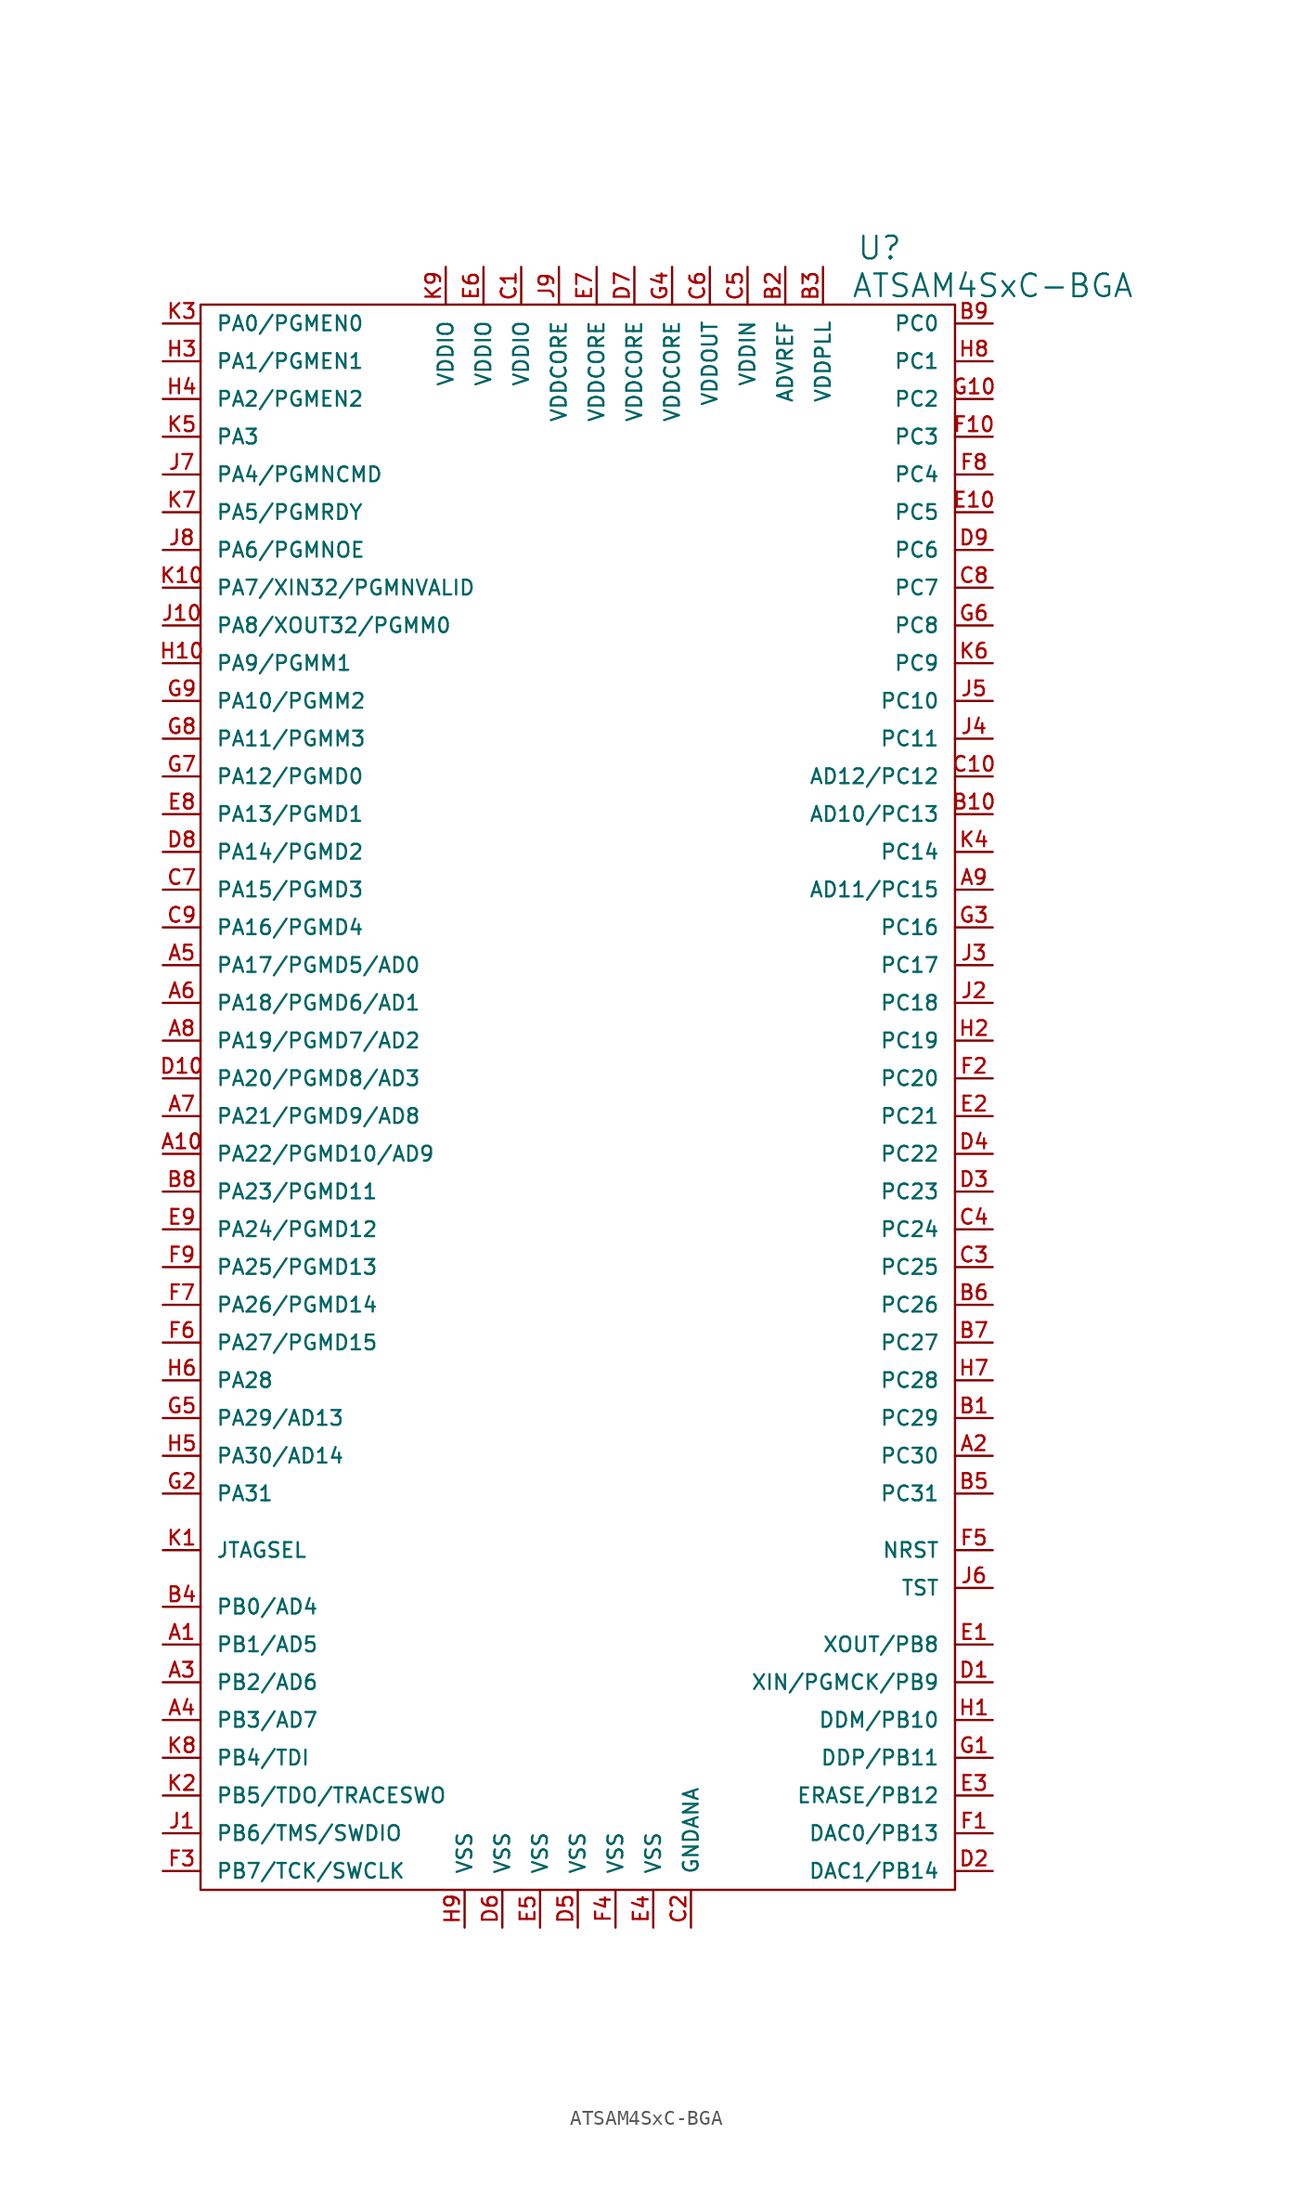
<source format=kicad_sym>
(kicad_symbol_lib
  (version 20220914)
  (generator kicad_symbol_editor)
  (symbol "ATSAM4SxC-BGA"
    (pin_names
      (offset 1.016))
    (property "Reference" "U"
      (at 20.32 57.15 0)
      (effects (font (size 1.524 1.524))))
    (property "Value" "ATSAM4SxC-BGA"
      (at 27.94 54.61 0)
      (effects (font (size 1.524 1.524))))
    (property "Footprint" ""
      (at 0 0 0)
      (effects (font (size 1.524 1.524))))
    (property "Datasheet" ""
      (at 0 0 0)
      (effects (font (size 1.524 1.524))))
    (symbol "ATSAM4SxC-BGA_0_1"
      (rectangle (start -25.4 53.34) (end 25.4 -53.34) (stroke (width 0) (type solid)) (fill (type none))))
    (symbol "ATSAM4SxC-BGA_1_1"
      (pin passive line (at -27.94 -36.83 0) (length 2.54) (name "PB1/AD5" (effects (font (size 0.991 0.991)))) (number "A1" (effects (font (size 0.991 0.991)))))
      (pin passive line (at -27.94 -3.81 0) (length 2.54) (name "PA22/PGMD10/AD9" (effects (font (size 0.991 0.991)))) (number "A10" (effects (font (size 0.991 0.991)))))
      (pin passive line (at 27.94 -24.13 180) (length 2.54) (name "PC30" (effects (font (size 0.991 0.991)))) (number "A2" (effects (font (size 0.991 0.991)))))
      (pin passive line (at -27.94 -39.37 0) (length 2.54) (name "PB2/AD6" (effects (font (size 0.991 0.991)))) (number "A3" (effects (font (size 0.991 0.991)))))
      (pin passive line (at -27.94 -41.91 0) (length 2.54) (name "PB3/AD7" (effects (font (size 0.991 0.991)))) (number "A4" (effects (font (size 0.991 0.991)))))
      (pin passive line (at -27.94 8.89 0) (length 2.54) (name "PA17/PGMD5/AD0" (effects (font (size 0.991 0.991)))) (number "A5" (effects (font (size 0.991 0.991)))))
      (pin passive line (at -27.94 6.35 0) (length 2.54) (name "PA18/PGMD6/AD1" (effects (font (size 0.991 0.991)))) (number "A6" (effects (font (size 0.991 0.991)))))
      (pin passive line (at -27.94 -1.27 0) (length 2.54) (name "PA21/PGMD9/AD8" (effects (font (size 0.991 0.991)))) (number "A7" (effects (font (size 0.991 0.991)))))
      (pin passive line (at -27.94 3.81 0) (length 2.54) (name "PA19/PGMD7/AD2" (effects (font (size 0.991 0.991)))) (number "A8" (effects (font (size 0.991 0.991)))))
      (pin passive line (at 27.94 13.97 180) (length 2.54) (name "AD11/PC15" (effects (font (size 0.991 0.991)))) (number "A9" (effects (font (size 0.991 0.991)))))
      (pin passive line (at 27.94 -21.59 180) (length 2.54) (name "PC29" (effects (font (size 0.991 0.991)))) (number "B1" (effects (font (size 0.991 0.991)))))
      (pin passive line (at 27.94 19.05 180) (length 2.54) (name "AD10/PC13" (effects (font (size 0.991 0.991)))) (number "B10" (effects (font (size 0.991 0.991)))))
      (pin passive line (at 13.97 55.88 270) (length 2.54) (name "ADVREF" (effects (font (size 0.991 0.991)))) (number "B2" (effects (font (size 0.991 0.991)))))
      (pin passive line (at 16.51 55.88 270) (length 2.54) (name "VDDPLL" (effects (font (size 0.991 0.991)))) (number "B3" (effects (font (size 0.991 0.991)))))
      (pin passive line (at -27.94 -34.29 0) (length 2.54) (name "PB0/AD4" (effects (font (size 0.991 0.991)))) (number "B4" (effects (font (size 0.991 0.991)))))
      (pin passive line (at 27.94 -26.67 180) (length 2.54) (name "PC31" (effects (font (size 0.991 0.991)))) (number "B5" (effects (font (size 0.991 0.991)))))
      (pin passive line (at 27.94 -13.97 180) (length 2.54) (name "PC26" (effects (font (size 0.991 0.991)))) (number "B6" (effects (font (size 0.991 0.991)))))
      (pin passive line (at 27.94 -16.51 180) (length 2.54) (name "PC27" (effects (font (size 0.991 0.991)))) (number "B7" (effects (font (size 0.991 0.991)))))
      (pin passive line (at -27.94 -6.35 0) (length 2.54) (name "PA23/PGMD11" (effects (font (size 0.991 0.991)))) (number "B8" (effects (font (size 0.991 0.991)))))
      (pin passive line (at 27.94 52.07 180) (length 2.54) (name "PC0" (effects (font (size 0.991 0.991)))) (number "B9" (effects (font (size 0.991 0.991)))))
      (pin passive line (at -3.81 55.88 270) (length 2.54) (name "VDDIO" (effects (font (size 0.991 0.991)))) (number "C1" (effects (font (size 0.991 0.991)))))
      (pin passive line (at 27.94 21.59 180) (length 2.54) (name "AD12/PC12" (effects (font (size 0.991 0.991)))) (number "C10" (effects (font (size 0.991 0.991)))))
      (pin passive line (at 7.62 -55.88 90) (length 2.54) (name "GNDANA" (effects (font (size 0.991 0.991)))) (number "C2" (effects (font (size 0.991 0.991)))))
      (pin passive line (at 27.94 -11.43 180) (length 2.54) (name "PC25" (effects (font (size 0.991 0.991)))) (number "C3" (effects (font (size 0.991 0.991)))))
      (pin passive line (at 27.94 -8.89 180) (length 2.54) (name "PC24" (effects (font (size 0.991 0.991)))) (number "C4" (effects (font (size 0.991 0.991)))))
      (pin passive line (at 11.43 55.88 270) (length 2.54) (name "VDDIN" (effects (font (size 0.991 0.991)))) (number "C5" (effects (font (size 0.991 0.991)))))
      (pin passive line (at 8.89 55.88 270) (length 2.54) (name "VDDOUT" (effects (font (size 0.991 0.991)))) (number "C6" (effects (font (size 0.991 0.991)))))
      (pin passive line (at -27.94 13.97 0) (length 2.54) (name "PA15/PGMD3" (effects (font (size 0.991 0.991)))) (number "C7" (effects (font (size 0.991 0.991)))))
      (pin passive line (at 27.94 34.29 180) (length 2.54) (name "PC7" (effects (font (size 0.991 0.991)))) (number "C8" (effects (font (size 0.991 0.991)))))
      (pin passive line (at -27.94 11.43 0) (length 2.54) (name "PA16/PGMD4" (effects (font (size 0.991 0.991)))) (number "C9" (effects (font (size 0.991 0.991)))))
      (pin passive line (at 27.94 -39.37 180) (length 2.54) (name "XIN/PGMCK/PB9" (effects (font (size 0.991 0.991)))) (number "D1" (effects (font (size 0.991 0.991)))))
      (pin passive line (at -27.94 1.27 0) (length 2.54) (name "PA20/PGMD8/AD3" (effects (font (size 0.991 0.991)))) (number "D10" (effects (font (size 0.991 0.991)))))
      (pin passive line (at 27.94 -52.07 180) (length 2.54) (name "DAC1/PB14" (effects (font (size 0.991 0.991)))) (number "D2" (effects (font (size 0.991 0.991)))))
      (pin passive line (at 27.94 -6.35 180) (length 2.54) (name "PC23" (effects (font (size 0.991 0.991)))) (number "D3" (effects (font (size 0.991 0.991)))))
      (pin passive line (at 27.94 -3.81 180) (length 2.54) (name "PC22" (effects (font (size 0.991 0.991)))) (number "D4" (effects (font (size 0.991 0.991)))))
      (pin passive line (at 0 -55.88 90) (length 2.54) (name "VSS" (effects (font (size 0.991 0.991)))) (number "D5" (effects (font (size 0.991 0.991)))))
      (pin passive line (at -5.08 -55.88 90) (length 2.54) (name "VSS" (effects (font (size 0.991 0.991)))) (number "D6" (effects (font (size 0.991 0.991)))))
      (pin passive line (at 3.81 55.88 270) (length 2.54) (name "VDDCORE" (effects (font (size 0.991 0.991)))) (number "D7" (effects (font (size 0.991 0.991)))))
      (pin passive line (at -27.94 16.51 0) (length 2.54) (name "PA14/PGMD2" (effects (font (size 0.991 0.991)))) (number "D8" (effects (font (size 0.991 0.991)))))
      (pin passive line (at 27.94 36.83 180) (length 2.54) (name "PC6" (effects (font (size 0.991 0.991)))) (number "D9" (effects (font (size 0.991 0.991)))))
      (pin passive line (at 27.94 -36.83 180) (length 2.54) (name "XOUT/PB8" (effects (font (size 0.991 0.991)))) (number "E1" (effects (font (size 0.991 0.991)))))
      (pin passive line (at 27.94 39.37 180) (length 2.54) (name "PC5" (effects (font (size 0.991 0.991)))) (number "E10" (effects (font (size 0.991 0.991)))))
      (pin passive line (at 27.94 -1.27 180) (length 2.54) (name "PC21" (effects (font (size 0.991 0.991)))) (number "E2" (effects (font (size 0.991 0.991)))))
      (pin passive line (at 27.94 -46.99 180) (length 2.54) (name "ERASE/PB12" (effects (font (size 0.991 0.991)))) (number "E3" (effects (font (size 0.991 0.991)))))
      (pin passive line (at 5.08 -55.88 90) (length 2.54) (name "VSS" (effects (font (size 0.991 0.991)))) (number "E4" (effects (font (size 0.991 0.991)))))
      (pin passive line (at -2.54 -55.88 90) (length 2.54) (name "VSS" (effects (font (size 0.991 0.991)))) (number "E5" (effects (font (size 0.991 0.991)))))
      (pin passive line (at -6.35 55.88 270) (length 2.54) (name "VDDIO" (effects (font (size 0.991 0.991)))) (number "E6" (effects (font (size 0.991 0.991)))))
      (pin passive line (at 1.27 55.88 270) (length 2.54) (name "VDDCORE" (effects (font (size 0.991 0.991)))) (number "E7" (effects (font (size 0.991 0.991)))))
      (pin passive line (at -27.94 19.05 0) (length 2.54) (name "PA13/PGMD1" (effects (font (size 0.991 0.991)))) (number "E8" (effects (font (size 0.991 0.991)))))
      (pin passive line (at -27.94 -8.89 0) (length 2.54) (name "PA24/PGMD12" (effects (font (size 0.991 0.991)))) (number "E9" (effects (font (size 0.991 0.991)))))
      (pin passive line (at 27.94 -49.53 180) (length 2.54) (name "DAC0/PB13" (effects (font (size 0.991 0.991)))) (number "F1" (effects (font (size 0.991 0.991)))))
      (pin passive line (at 27.94 44.45 180) (length 2.54) (name "PC3" (effects (font (size 0.991 0.991)))) (number "F10" (effects (font (size 0.991 0.991)))))
      (pin passive line (at 27.94 1.27 180) (length 2.54) (name "PC20" (effects (font (size 0.991 0.991)))) (number "F2" (effects (font (size 0.991 0.991)))))
      (pin passive line (at -27.94 -52.07 0) (length 2.54) (name "PB7/TCK/SWCLK" (effects (font (size 0.991 0.991)))) (number "F3" (effects (font (size 0.991 0.991)))))
      (pin passive line (at 2.54 -55.88 90) (length 2.54) (name "VSS" (effects (font (size 0.991 0.991)))) (number "F4" (effects (font (size 0.991 0.991)))))
      (pin passive line (at 27.94 -30.48 180) (length 2.54) (name "NRST" (effects (font (size 0.991 0.991)))) (number "F5" (effects (font (size 0.991 0.991)))))
      (pin passive line (at -27.94 -16.51 0) (length 2.54) (name "PA27/PGMD15" (effects (font (size 0.991 0.991)))) (number "F6" (effects (font (size 0.991 0.991)))))
      (pin passive line (at -27.94 -13.97 0) (length 2.54) (name "PA26/PGMD14" (effects (font (size 0.991 0.991)))) (number "F7" (effects (font (size 0.991 0.991)))))
      (pin passive line (at 27.94 41.91 180) (length 2.54) (name "PC4" (effects (font (size 0.991 0.991)))) (number "F8" (effects (font (size 0.991 0.991)))))
      (pin passive line (at -27.94 -11.43 0) (length 2.54) (name "PA25/PGMD13" (effects (font (size 0.991 0.991)))) (number "F9" (effects (font (size 0.991 0.991)))))
      (pin passive line (at 27.94 -44.45 180) (length 2.54) (name "DDP/PB11" (effects (font (size 0.991 0.991)))) (number "G1" (effects (font (size 0.991 0.991)))))
      (pin passive line (at 27.94 46.99 180) (length 2.54) (name "PC2" (effects (font (size 0.991 0.991)))) (number "G10" (effects (font (size 0.991 0.991)))))
      (pin passive line (at -27.94 -26.67 0) (length 2.54) (name "PA31" (effects (font (size 0.991 0.991)))) (number "G2" (effects (font (size 0.991 0.991)))))
      (pin passive line (at 27.94 11.43 180) (length 2.54) (name "PC16" (effects (font (size 0.991 0.991)))) (number "G3" (effects (font (size 0.991 0.991)))))
      (pin passive line (at 6.35 55.88 270) (length 2.54) (name "VDDCORE" (effects (font (size 0.991 0.991)))) (number "G4" (effects (font (size 0.991 0.991)))))
      (pin passive line (at -27.94 -21.59 0) (length 2.54) (name "PA29/AD13" (effects (font (size 0.991 0.991)))) (number "G5" (effects (font (size 0.991 0.991)))))
      (pin passive line (at 27.94 31.75 180) (length 2.54) (name "PC8" (effects (font (size 0.991 0.991)))) (number "G6" (effects (font (size 0.991 0.991)))))
      (pin passive line (at -27.94 21.59 0) (length 2.54) (name "PA12/PGMD0" (effects (font (size 0.991 0.991)))) (number "G7" (effects (font (size 0.991 0.991)))))
      (pin passive line (at -27.94 24.13 0) (length 2.54) (name "PA11/PGMM3" (effects (font (size 0.991 0.991)))) (number "G8" (effects (font (size 0.991 0.991)))))
      (pin passive line (at -27.94 26.67 0) (length 2.54) (name "PA10/PGMM2" (effects (font (size 0.991 0.991)))) (number "G9" (effects (font (size 0.991 0.991)))))
      (pin passive line (at 27.94 -41.91 180) (length 2.54) (name "DDM/PB10" (effects (font (size 0.991 0.991)))) (number "H1" (effects (font (size 0.991 0.991)))))
      (pin passive line (at -27.94 29.21 0) (length 2.54) (name "PA9/PGMM1" (effects (font (size 0.991 0.991)))) (number "H10" (effects (font (size 0.991 0.991)))))
      (pin passive line (at 27.94 3.81 180) (length 2.54) (name "PC19" (effects (font (size 0.991 0.991)))) (number "H2" (effects (font (size 0.991 0.991)))))
      (pin passive line (at -27.94 49.53 0) (length 2.54) (name "PA1/PGMEN1" (effects (font (size 0.991 0.991)))) (number "H3" (effects (font (size 0.991 0.991)))))
      (pin passive line (at -27.94 46.99 0) (length 2.54) (name "PA2/PGMEN2" (effects (font (size 0.991 0.991)))) (number "H4" (effects (font (size 0.991 0.991)))))
      (pin passive line (at -27.94 -24.13 0) (length 2.54) (name "PA30/AD14" (effects (font (size 0.991 0.991)))) (number "H5" (effects (font (size 0.991 0.991)))))
      (pin passive line (at -27.94 -19.05 0) (length 2.54) (name "PA28" (effects (font (size 0.991 0.991)))) (number "H6" (effects (font (size 0.991 0.991)))))
      (pin passive line (at 27.94 -19.05 180) (length 2.54) (name "PC28" (effects (font (size 0.991 0.991)))) (number "H7" (effects (font (size 0.991 0.991)))))
      (pin passive line (at 27.94 49.53 180) (length 2.54) (name "PC1" (effects (font (size 0.991 0.991)))) (number "H8" (effects (font (size 0.991 0.991)))))
      (pin passive line (at -7.62 -55.88 90) (length 2.54) (name "VSS" (effects (font (size 0.991 0.991)))) (number "H9" (effects (font (size 0.991 0.991)))))
      (pin passive line (at -27.94 -49.53 0) (length 2.54) (name "PB6/TMS/SWDIO" (effects (font (size 0.991 0.991)))) (number "J1" (effects (font (size 0.991 0.991)))))
      (pin passive line (at -27.94 31.75 0) (length 2.54) (name "PA8/XOUT32/PGMM0" (effects (font (size 0.991 0.991)))) (number "J10" (effects (font (size 0.991 0.991)))))
      (pin passive line (at 27.94 6.35 180) (length 2.54) (name "PC18" (effects (font (size 0.991 0.991)))) (number "J2" (effects (font (size 0.991 0.991)))))
      (pin passive line (at 27.94 8.89 180) (length 2.54) (name "PC17" (effects (font (size 0.991 0.991)))) (number "J3" (effects (font (size 0.991 0.991)))))
      (pin passive line (at 27.94 24.13 180) (length 2.54) (name "PC11" (effects (font (size 0.991 0.991)))) (number "J4" (effects (font (size 0.991 0.991)))))
      (pin passive line (at 27.94 26.67 180) (length 2.54) (name "PC10" (effects (font (size 0.991 0.991)))) (number "J5" (effects (font (size 0.991 0.991)))))
      (pin passive line (at 27.94 -33.02 180) (length 2.54) (name "TST" (effects (font (size 0.991 0.991)))) (number "J6" (effects (font (size 0.991 0.991)))))
      (pin passive line (at -27.94 41.91 0) (length 2.54) (name "PA4/PGMNCMD" (effects (font (size 0.991 0.991)))) (number "J7" (effects (font (size 0.991 0.991)))))
      (pin passive line (at -27.94 36.83 0) (length 2.54) (name "PA6/PGMNOE" (effects (font (size 0.991 0.991)))) (number "J8" (effects (font (size 0.991 0.991)))))
      (pin passive line (at -1.27 55.88 270) (length 2.54) (name "VDDCORE" (effects (font (size 0.991 0.991)))) (number "J9" (effects (font (size 0.991 0.991)))))
      (pin passive line (at -27.94 -30.48 0) (length 2.54) (name "JTAGSEL" (effects (font (size 0.991 0.991)))) (number "K1" (effects (font (size 0.991 0.991)))))
      (pin passive line (at -27.94 34.29 0) (length 2.54) (name "PA7/XIN32/PGMNVALID" (effects (font (size 0.991 0.991)))) (number "K10" (effects (font (size 0.991 0.991)))))
      (pin passive line (at -27.94 -46.99 0) (length 2.54) (name "PB5/TDO/TRACESWO" (effects (font (size 0.991 0.991)))) (number "K2" (effects (font (size 0.991 0.991)))))
      (pin passive line (at -27.94 52.07 0) (length 2.54) (name "PA0/PGMEN0" (effects (font (size 0.991 0.991)))) (number "K3" (effects (font (size 0.991 0.991)))))
      (pin passive line (at 27.94 16.51 180) (length 2.54) (name "PC14" (effects (font (size 0.991 0.991)))) (number "K4" (effects (font (size 0.991 0.991)))))
      (pin passive line (at -27.94 44.45 0) (length 2.54) (name "PA3" (effects (font (size 0.991 0.991)))) (number "K5" (effects (font (size 0.991 0.991)))))
      (pin passive line (at 27.94 29.21 180) (length 2.54) (name "PC9" (effects (font (size 0.991 0.991)))) (number "K6" (effects (font (size 0.991 0.991)))))
      (pin passive line (at -27.94 39.37 0) (length 2.54) (name "PA5/PGMRDY" (effects (font (size 0.991 0.991)))) (number "K7" (effects (font (size 0.991 0.991)))))
      (pin passive line (at -27.94 -44.45 0) (length 2.54) (name "PB4/TDI" (effects (font (size 0.991 0.991)))) (number "K8" (effects (font (size 0.991 0.991)))))
      (pin passive line (at -8.89 55.88 270) (length 2.54) (name "VDDIO" (effects (font (size 0.991 0.991)))) (number "K9" (effects (font (size 0.991 0.991))))))))
</source>
